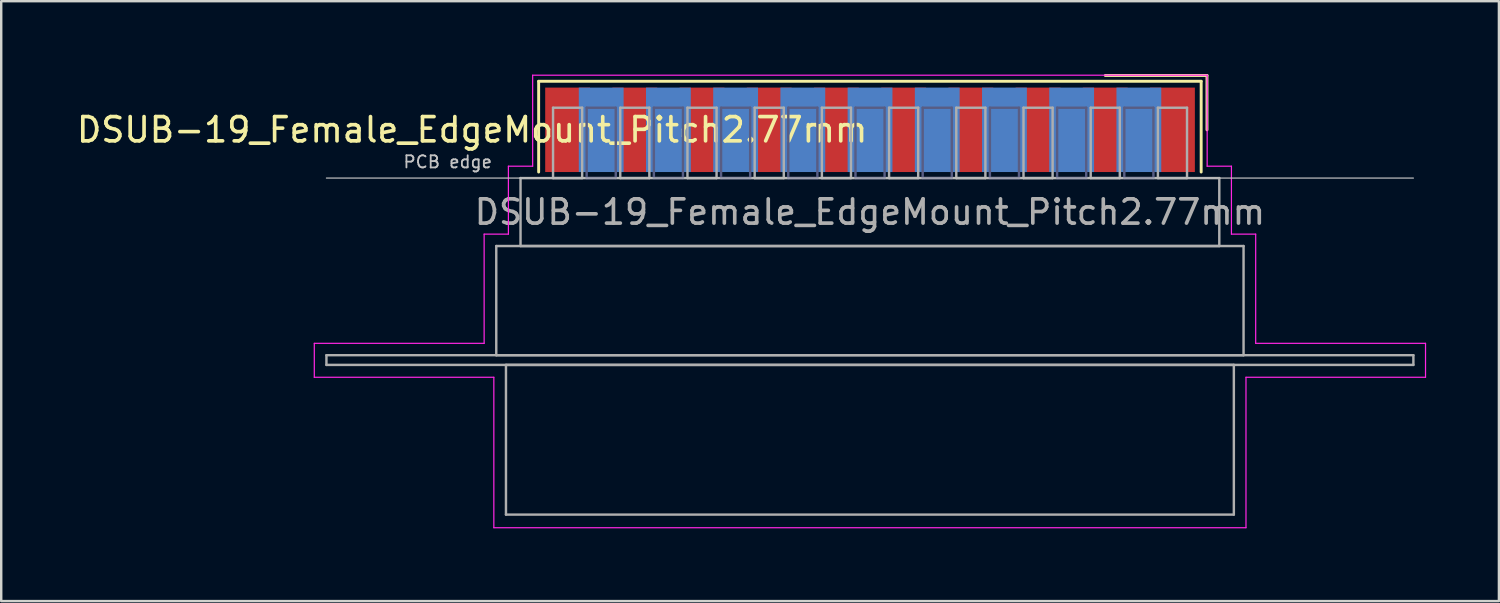
<source format=kicad_pcb>
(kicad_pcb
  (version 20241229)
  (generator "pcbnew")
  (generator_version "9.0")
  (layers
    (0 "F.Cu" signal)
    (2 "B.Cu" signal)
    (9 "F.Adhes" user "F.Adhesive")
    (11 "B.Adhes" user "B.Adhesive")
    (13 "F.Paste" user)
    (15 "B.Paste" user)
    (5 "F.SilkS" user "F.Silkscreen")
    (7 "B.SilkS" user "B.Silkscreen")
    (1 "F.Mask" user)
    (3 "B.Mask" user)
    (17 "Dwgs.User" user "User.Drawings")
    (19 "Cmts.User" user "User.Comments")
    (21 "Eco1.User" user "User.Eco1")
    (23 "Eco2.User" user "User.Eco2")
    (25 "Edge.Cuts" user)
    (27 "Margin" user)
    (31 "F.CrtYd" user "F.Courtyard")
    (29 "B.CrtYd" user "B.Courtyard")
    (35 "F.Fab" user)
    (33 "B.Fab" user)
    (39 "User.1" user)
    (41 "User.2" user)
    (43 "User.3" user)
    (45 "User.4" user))
  (footprint "DSUB-19_Female_EdgeMount_Pitch2.77mm"
    (layer "F.Cu")
    (at 32.804 2.3)
    (property "Reference" "DSUB-19_Female_EdgeMount_Pitch2.77mm" (at -16.393 0 0) (layer "F.SilkS") (effects (font (size 1 1) (thickness 0.15))))
    (attr smd)
    (fp_line (start -13.653 -2) (end -13.653 1.74) (stroke (width 0.12) (type solid)) (layer "F.SilkS"))
    (fp_line (start 13.653 -2) (end -13.653 -2) (stroke (width 0.12) (type solid)) (layer "F.SilkS"))
    (fp_line (start 13.653 1.74) (end 13.653 -2) (stroke (width 0.12) (type solid)) (layer "F.SilkS"))
    (fp_line (start 13.893 -2.24) (end 9.7 -2.24) (stroke (width 0.12) (type solid)) (layer "F.SilkS"))
    (fp_line (start 13.893 0) (end 13.893 -2.24) (stroke (width 0.12) (type solid)) (layer "F.SilkS"))
    (fp_line (start -22.4 1.99) (end 22.4 1.99) (stroke (width 0.05) (type solid)) (layer "Dwgs.User"))
    (fp_line (start -22.9 8.8) (end -15.9 8.8) (stroke (width 0.05) (type solid)) (layer "F.CrtYd"))
    (fp_line (start -22.9 10.2) (end -22.9 8.8) (stroke (width 0.05) (type solid)) (layer "F.CrtYd"))
    (fp_line (start -15.9 4.3) (end -14.9 4.3) (stroke (width 0.05) (type solid)) (layer "F.CrtYd"))
    (fp_line (start -15.9 8.8) (end -15.9 4.3) (stroke (width 0.05) (type solid)) (layer "F.CrtYd"))
    (fp_line (start -15.5 10.2) (end -22.9 10.2) (stroke (width 0.05) (type solid)) (layer "F.CrtYd"))
    (fp_line (start -15.5 16.4) (end -15.5 10.2) (stroke (width 0.05) (type solid)) (layer "F.CrtYd"))
    (fp_line (start -14.9 1.5) (end -13.9 1.5) (stroke (width 0.05) (type solid)) (layer "F.CrtYd"))
    (fp_line (start -14.9 4.3) (end -14.9 1.5) (stroke (width 0.05) (type solid)) (layer "F.CrtYd"))
    (fp_line (start -13.9 -2.25) (end 13.9 -2.25) (stroke (width 0.05) (type solid)) (layer "F.CrtYd"))
    (fp_line (start -13.9 1.5) (end -13.9 -2.25) (stroke (width 0.05) (type solid)) (layer "F.CrtYd"))
    (fp_line (start 13.9 -2.25) (end 13.9 1.5) (stroke (width 0.05) (type solid)) (layer "F.CrtYd"))
    (fp_line (start 13.9 1.5) (end 14.9 1.5) (stroke (width 0.05) (type solid)) (layer "F.CrtYd"))
    (fp_line (start 14.9 1.5) (end 14.9 4.3) (stroke (width 0.05) (type solid)) (layer "F.CrtYd"))
    (fp_line (start 14.9 4.3) (end 15.9 4.3) (stroke (width 0.05) (type solid)) (layer "F.CrtYd"))
    (fp_line (start 15.5 10.2) (end 15.5 16.4) (stroke (width 0.05) (type solid)) (layer "F.CrtYd"))
    (fp_line (start 15.5 16.4) (end -15.5 16.4) (stroke (width 0.05) (type solid)) (layer "F.CrtYd"))
    (fp_line (start 15.9 4.3) (end 15.9 8.8) (stroke (width 0.05) (type solid)) (layer "F.CrtYd"))
    (fp_line (start 15.9 8.8) (end 22.9 8.8) (stroke (width 0.05) (type solid)) (layer "F.CrtYd"))
    (fp_line (start 22.9 8.8) (end 22.9 10.2) (stroke (width 0.05) (type solid)) (layer "F.CrtYd"))
    (fp_line (start 22.9 10.2) (end 15.5 10.2) (stroke (width 0.05) (type solid)) (layer "F.CrtYd"))
    (fp_line (start -11.675 -0.91) (end -11.675 1.99) (stroke (width 0.1) (type solid)) (layer "B.Fab"))
    (fp_line (start -11.675 1.99) (end -10.475 1.99) (stroke (width 0.1) (type solid)) (layer "B.Fab"))
    (fp_line (start -10.475 -0.91) (end -11.675 -0.91) (stroke (width 0.1) (type solid)) (layer "B.Fab"))
    (fp_line (start -10.475 1.99) (end -10.475 -0.91) (stroke (width 0.1) (type solid)) (layer "B.Fab"))
    (fp_line (start -8.905 -0.91) (end -8.905 1.99) (stroke (width 0.1) (type solid)) (layer "B.Fab"))
    (fp_line (start -8.905 1.99) (end -7.705 1.99) (stroke (width 0.1) (type solid)) (layer "B.Fab"))
    (fp_line (start -7.705 -0.91) (end -8.905 -0.91) (stroke (width 0.1) (type solid)) (layer "B.Fab"))
    (fp_line (start -7.705 1.99) (end -7.705 -0.91) (stroke (width 0.1) (type solid)) (layer "B.Fab"))
    (fp_line (start -6.135 -0.91) (end -6.135 1.99) (stroke (width 0.1) (type solid)) (layer "B.Fab"))
    (fp_line (start -6.135 1.99) (end -4.935 1.99) (stroke (width 0.1) (type solid)) (layer "B.Fab"))
    (fp_line (start -4.935 -0.91) (end -6.135 -0.91) (stroke (width 0.1) (type solid)) (layer "B.Fab"))
    (fp_line (start -4.935 1.99) (end -4.935 -0.91) (stroke (width 0.1) (type solid)) (layer "B.Fab"))
    (fp_line (start -3.365 -0.91) (end -3.365 1.99) (stroke (width 0.1) (type solid)) (layer "B.Fab"))
    (fp_line (start -3.365 1.99) (end -2.165 1.99) (stroke (width 0.1) (type solid)) (layer "B.Fab"))
    (fp_line (start -2.165 -0.91) (end -3.365 -0.91) (stroke (width 0.1) (type solid)) (layer "B.Fab"))
    (fp_line (start -2.165 1.99) (end -2.165 -0.91) (stroke (width 0.1) (type solid)) (layer "B.Fab"))
    (fp_line (start -0.595 -0.91) (end -0.595 1.99) (stroke (width 0.1) (type solid)) (layer "B.Fab"))
    (fp_line (start -0.595 1.99) (end 0.605 1.99) (stroke (width 0.1) (type solid)) (layer "B.Fab"))
    (fp_line (start 0.605 -0.91) (end -0.595 -0.91) (stroke (width 0.1) (type solid)) (layer "B.Fab"))
    (fp_line (start 0.605 1.99) (end 0.605 -0.91) (stroke (width 0.1) (type solid)) (layer "B.Fab"))
    (fp_line (start 2.175 -0.91) (end 2.175 1.99) (stroke (width 0.1) (type solid)) (layer "B.Fab"))
    (fp_line (start 2.175 1.99) (end 3.375 1.99) (stroke (width 0.1) (type solid)) (layer "B.Fab"))
    (fp_line (start 3.375 -0.91) (end 2.175 -0.91) (stroke (width 0.1) (type solid)) (layer "B.Fab"))
    (fp_line (start 3.375 1.99) (end 3.375 -0.91) (stroke (width 0.1) (type solid)) (layer "B.Fab"))
    (fp_line (start 4.945 -0.91) (end 4.945 1.99) (stroke (width 0.1) (type solid)) (layer "B.Fab"))
    (fp_line (start 4.945 1.99) (end 6.145 1.99) (stroke (width 0.1) (type solid)) (layer "B.Fab"))
    (fp_line (start 6.145 -0.91) (end 4.945 -0.91) (stroke (width 0.1) (type solid)) (layer "B.Fab"))
    (fp_line (start 6.145 1.99) (end 6.145 -0.91) (stroke (width 0.1) (type solid)) (layer "B.Fab"))
    (fp_line (start 7.715 -0.91) (end 7.715 1.99) (stroke (width 0.1) (type solid)) (layer "B.Fab"))
    (fp_line (start 7.715 1.99) (end 8.915 1.99) (stroke (width 0.1) (type solid)) (layer "B.Fab"))
    (fp_line (start 8.915 -0.91) (end 7.715 -0.91) (stroke (width 0.1) (type solid)) (layer "B.Fab"))
    (fp_line (start 8.915 1.99) (end 8.915 -0.91) (stroke (width 0.1) (type solid)) (layer "B.Fab"))
    (fp_line (start 10.485 -0.91) (end 10.485 1.99) (stroke (width 0.1) (type solid)) (layer "B.Fab"))
    (fp_line (start 10.485 1.99) (end 11.685 1.99) (stroke (width 0.1) (type solid)) (layer "B.Fab"))
    (fp_line (start 11.685 -0.91) (end 10.485 -0.91) (stroke (width 0.1) (type solid)) (layer "B.Fab"))
    (fp_line (start 11.685 1.99) (end 11.685 -0.91) (stroke (width 0.1) (type solid)) (layer "B.Fab"))
    (fp_line (start -22.4 9.29) (end -22.4 9.69) (stroke (width 0.1) (type solid)) (layer "F.Fab"))
    (fp_line (start -22.4 9.69) (end 22.4 9.69) (stroke (width 0.1) (type solid)) (layer "F.Fab"))
    (fp_line (start -15.4 4.79) (end -15.4 9.29) (stroke (width 0.1) (type solid)) (layer "F.Fab"))
    (fp_line (start -15.4 9.29) (end 15.4 9.29) (stroke (width 0.1) (type solid)) (layer "F.Fab"))
    (fp_line (start -15 9.69) (end -15 15.86) (stroke (width 0.1) (type solid)) (layer "F.Fab"))
    (fp_line (start -15 15.86) (end 15 15.86) (stroke (width 0.1) (type solid)) (layer "F.Fab"))
    (fp_line (start -14.4 1.99) (end -14.4 4.79) (stroke (width 0.1) (type solid)) (layer "F.Fab"))
    (fp_line (start -14.4 4.79) (end 14.4 4.79) (stroke (width 0.1) (type solid)) (layer "F.Fab"))
    (fp_line (start -13.06 -0.91) (end -13.06 1.99) (stroke (width 0.1) (type solid)) (layer "F.Fab"))
    (fp_line (start -13.06 1.99) (end -11.86 1.99) (stroke (width 0.1) (type solid)) (layer "F.Fab"))
    (fp_line (start -11.86 -0.91) (end -13.06 -0.91) (stroke (width 0.1) (type solid)) (layer "F.Fab"))
    (fp_line (start -11.86 1.99) (end -11.86 -0.91) (stroke (width 0.1) (type solid)) (layer "F.Fab"))
    (fp_line (start -10.29 -0.91) (end -10.29 1.99) (stroke (width 0.1) (type solid)) (layer "F.Fab"))
    (fp_line (start -10.29 1.99) (end -9.09 1.99) (stroke (width 0.1) (type solid)) (layer "F.Fab"))
    (fp_line (start -9.09 -0.91) (end -10.29 -0.91) (stroke (width 0.1) (type solid)) (layer "F.Fab"))
    (fp_line (start -9.09 1.99) (end -9.09 -0.91) (stroke (width 0.1) (type solid)) (layer "F.Fab"))
    (fp_line (start -7.52 -0.91) (end -7.52 1.99) (stroke (width 0.1) (type solid)) (layer "F.Fab"))
    (fp_line (start -7.52 1.99) (end -6.32 1.99) (stroke (width 0.1) (type solid)) (layer "F.Fab"))
    (fp_line (start -6.32 -0.91) (end -7.52 -0.91) (stroke (width 0.1) (type solid)) (layer "F.Fab"))
    (fp_line (start -6.32 1.99) (end -6.32 -0.91) (stroke (width 0.1) (type solid)) (layer "F.Fab"))
    (fp_line (start -4.75 -0.91) (end -4.75 1.99) (stroke (width 0.1) (type solid)) (layer "F.Fab"))
    (fp_line (start -4.75 1.99) (end -3.55 1.99) (stroke (width 0.1) (type solid)) (layer "F.Fab"))
    (fp_line (start -3.55 -0.91) (end -4.75 -0.91) (stroke (width 0.1) (type solid)) (layer "F.Fab"))
    (fp_line (start -3.55 1.99) (end -3.55 -0.91) (stroke (width 0.1) (type solid)) (layer "F.Fab"))
    (fp_line (start -1.98 -0.91) (end -1.98 1.99) (stroke (width 0.1) (type solid)) (layer "F.Fab"))
    (fp_line (start -1.98 1.99) (end -0.78 1.99) (stroke (width 0.1) (type solid)) (layer "F.Fab"))
    (fp_line (start -0.78 -0.91) (end -1.98 -0.91) (stroke (width 0.1) (type solid)) (layer "F.Fab"))
    (fp_line (start -0.78 1.99) (end -0.78 -0.91) (stroke (width 0.1) (type solid)) (layer "F.Fab"))
    (fp_line (start 0.79 -0.91) (end 0.79 1.99) (stroke (width 0.1) (type solid)) (layer "F.Fab"))
    (fp_line (start 0.79 1.99) (end 1.99 1.99) (stroke (width 0.1) (type solid)) (layer "F.Fab"))
    (fp_line (start 1.99 -0.91) (end 0.79 -0.91) (stroke (width 0.1) (type solid)) (layer "F.Fab"))
    (fp_line (start 1.99 1.99) (end 1.99 -0.91) (stroke (width 0.1) (type solid)) (layer "F.Fab"))
    (fp_line (start 3.56 -0.91) (end 3.56 1.99) (stroke (width 0.1) (type solid)) (layer "F.Fab"))
    (fp_line (start 3.56 1.99) (end 4.76 1.99) (stroke (width 0.1) (type solid)) (layer "F.Fab"))
    (fp_line (start 4.76 -0.91) (end 3.56 -0.91) (stroke (width 0.1) (type solid)) (layer "F.Fab"))
    (fp_line (start 4.76 1.99) (end 4.76 -0.91) (stroke (width 0.1) (type solid)) (layer "F.Fab"))
    (fp_line (start 6.33 -0.91) (end 6.33 1.99) (stroke (width 0.1) (type solid)) (layer "F.Fab"))
    (fp_line (start 6.33 1.99) (end 7.53 1.99) (stroke (width 0.1) (type solid)) (layer "F.Fab"))
    (fp_line (start 7.53 -0.91) (end 6.33 -0.91) (stroke (width 0.1) (type solid)) (layer "F.Fab"))
    (fp_line (start 7.53 1.99) (end 7.53 -0.91) (stroke (width 0.1) (type solid)) (layer "F.Fab"))
    (fp_line (start 9.1 -0.91) (end 9.1 1.99) (stroke (width 0.1) (type solid)) (layer "F.Fab"))
    (fp_line (start 9.1 1.99) (end 10.3 1.99) (stroke (width 0.1) (type solid)) (layer "F.Fab"))
    (fp_line (start 10.3 -0.91) (end 9.1 -0.91) (stroke (width 0.1) (type solid)) (layer "F.Fab"))
    (fp_line (start 10.3 1.99) (end 10.3 -0.91) (stroke (width 0.1) (type solid)) (layer "F.Fab"))
    (fp_line (start 11.87 -0.91) (end 11.87 1.99) (stroke (width 0.1) (type solid)) (layer "F.Fab"))
    (fp_line (start 11.87 1.99) (end 13.07 1.99) (stroke (width 0.1) (type solid)) (layer "F.Fab"))
    (fp_line (start 13.07 -0.91) (end 11.87 -0.91) (stroke (width 0.1) (type solid)) (layer "F.Fab"))
    (fp_line (start 13.07 1.99) (end 13.07 -0.91) (stroke (width 0.1) (type solid)) (layer "F.Fab"))
    (fp_line (start 14.4 1.99) (end -14.4 1.99) (stroke (width 0.1) (type solid)) (layer "F.Fab"))
    (fp_line (start 14.4 4.79) (end 14.4 1.99) (stroke (width 0.1) (type solid)) (layer "F.Fab"))
    (fp_line (start 15 9.69) (end -15 9.69) (stroke (width 0.1) (type solid)) (layer "F.Fab"))
    (fp_line (start 15 15.86) (end 15 9.69) (stroke (width 0.1) (type solid)) (layer "F.Fab"))
    (fp_line (start 15.4 4.79) (end -15.4 4.79) (stroke (width 0.1) (type solid)) (layer "F.Fab"))
    (fp_line (start 15.4 9.29) (end 15.4 4.79) (stroke (width 0.1) (type solid)) (layer "F.Fab"))
    (fp_line (start 22.4 9.29) (end -22.4 9.29) (stroke (width 0.1) (type solid)) (layer "F.Fab"))
    (fp_line (start 22.4 9.69) (end 22.4 9.29) (stroke (width 0.1) (type solid)) (layer "F.Fab"))
    (fp_text user "PCB edge" (at -17.4 1.323 0) (layer "Dwgs.User") (effects (font (size 0.5 0.5) (thickness 0.075))))
    (fp_text user "${REFERENCE}" (at 0 3.39 0) (layer "F.Fab") (effects (font (size 1 1) (thickness 0.15))))
    (pad "1" smd rect (at 12.47 0) (size 1.847 3.48) (layers "F.Cu" "F.Mask" "F.Paste"))
    (pad "2" smd rect (at 9.7 0) (size 1.847 3.48) (layers "F.Cu" "F.Mask" "F.Paste"))
    (pad "3" smd rect (at 6.93 0) (size 1.847 3.48) (layers "F.Cu" "F.Mask" "F.Paste"))
    (pad "4" smd rect (at 4.16 0) (size 1.847 3.48) (layers "F.Cu" "F.Mask" "F.Paste"))
    (pad "5" smd rect (at 1.39 0) (size 1.847 3.48) (layers "F.Cu" "F.Mask" "F.Paste"))
    (pad "6" smd rect (at -1.38 0) (size 1.847 3.48) (layers "F.Cu" "F.Mask" "F.Paste"))
    (pad "7" smd rect (at -4.15 0) (size 1.847 3.48) (layers "F.Cu" "F.Mask" "F.Paste"))
    (pad "8" smd rect (at -6.92 0) (size 1.847 3.48) (layers "F.Cu" "F.Mask" "F.Paste"))
    (pad "9" smd rect (at -9.69 0) (size 1.847 3.48) (layers "F.Cu" "F.Mask" "F.Paste"))
    (pad "10" smd rect (at -12.46 0) (size 1.847 3.48) (layers "F.Cu" "F.Mask" "F.Paste"))
    (pad "11" smd rect (at 11.085 0) (size 1.847 3.48) (layers "B.Cu" "B.Mask" "B.Paste"))
    (pad "12" smd rect (at 8.315 0) (size 1.847 3.48) (layers "B.Cu" "B.Mask" "B.Paste"))
    (pad "13" smd rect (at 5.545 0) (size 1.847 3.48) (layers "B.Cu" "B.Mask" "B.Paste"))
    (pad "14" smd rect (at 2.775 0) (size 1.847 3.48) (layers "B.Cu" "B.Mask" "B.Paste"))
    (pad "15" smd rect (at 0.005 0) (size 1.847 3.48) (layers "B.Cu" "B.Mask" "B.Paste"))
    (pad "16" smd rect (at -2.765 0) (size 1.847 3.48) (layers "B.Cu" "B.Mask" "B.Paste"))
    (pad "17" smd rect (at -5.535 0) (size 1.847 3.48) (layers "B.Cu" "B.Mask" "B.Paste"))
    (pad "18" smd rect (at -8.305 0) (size 1.847 3.48) (layers "B.Cu" "B.Mask" "B.Paste"))
    (pad "19" smd rect (at -11.075 0) (size 1.847 3.48) (layers "B.Cu" "B.Mask" "B.Paste")))
  (gr_rect
    (start -3 -3)
    (end 58.729 21.725)
    (stroke (width 0.1) (type default))
    (fill no)
    (layer "Edge.Cuts")))
</source>
